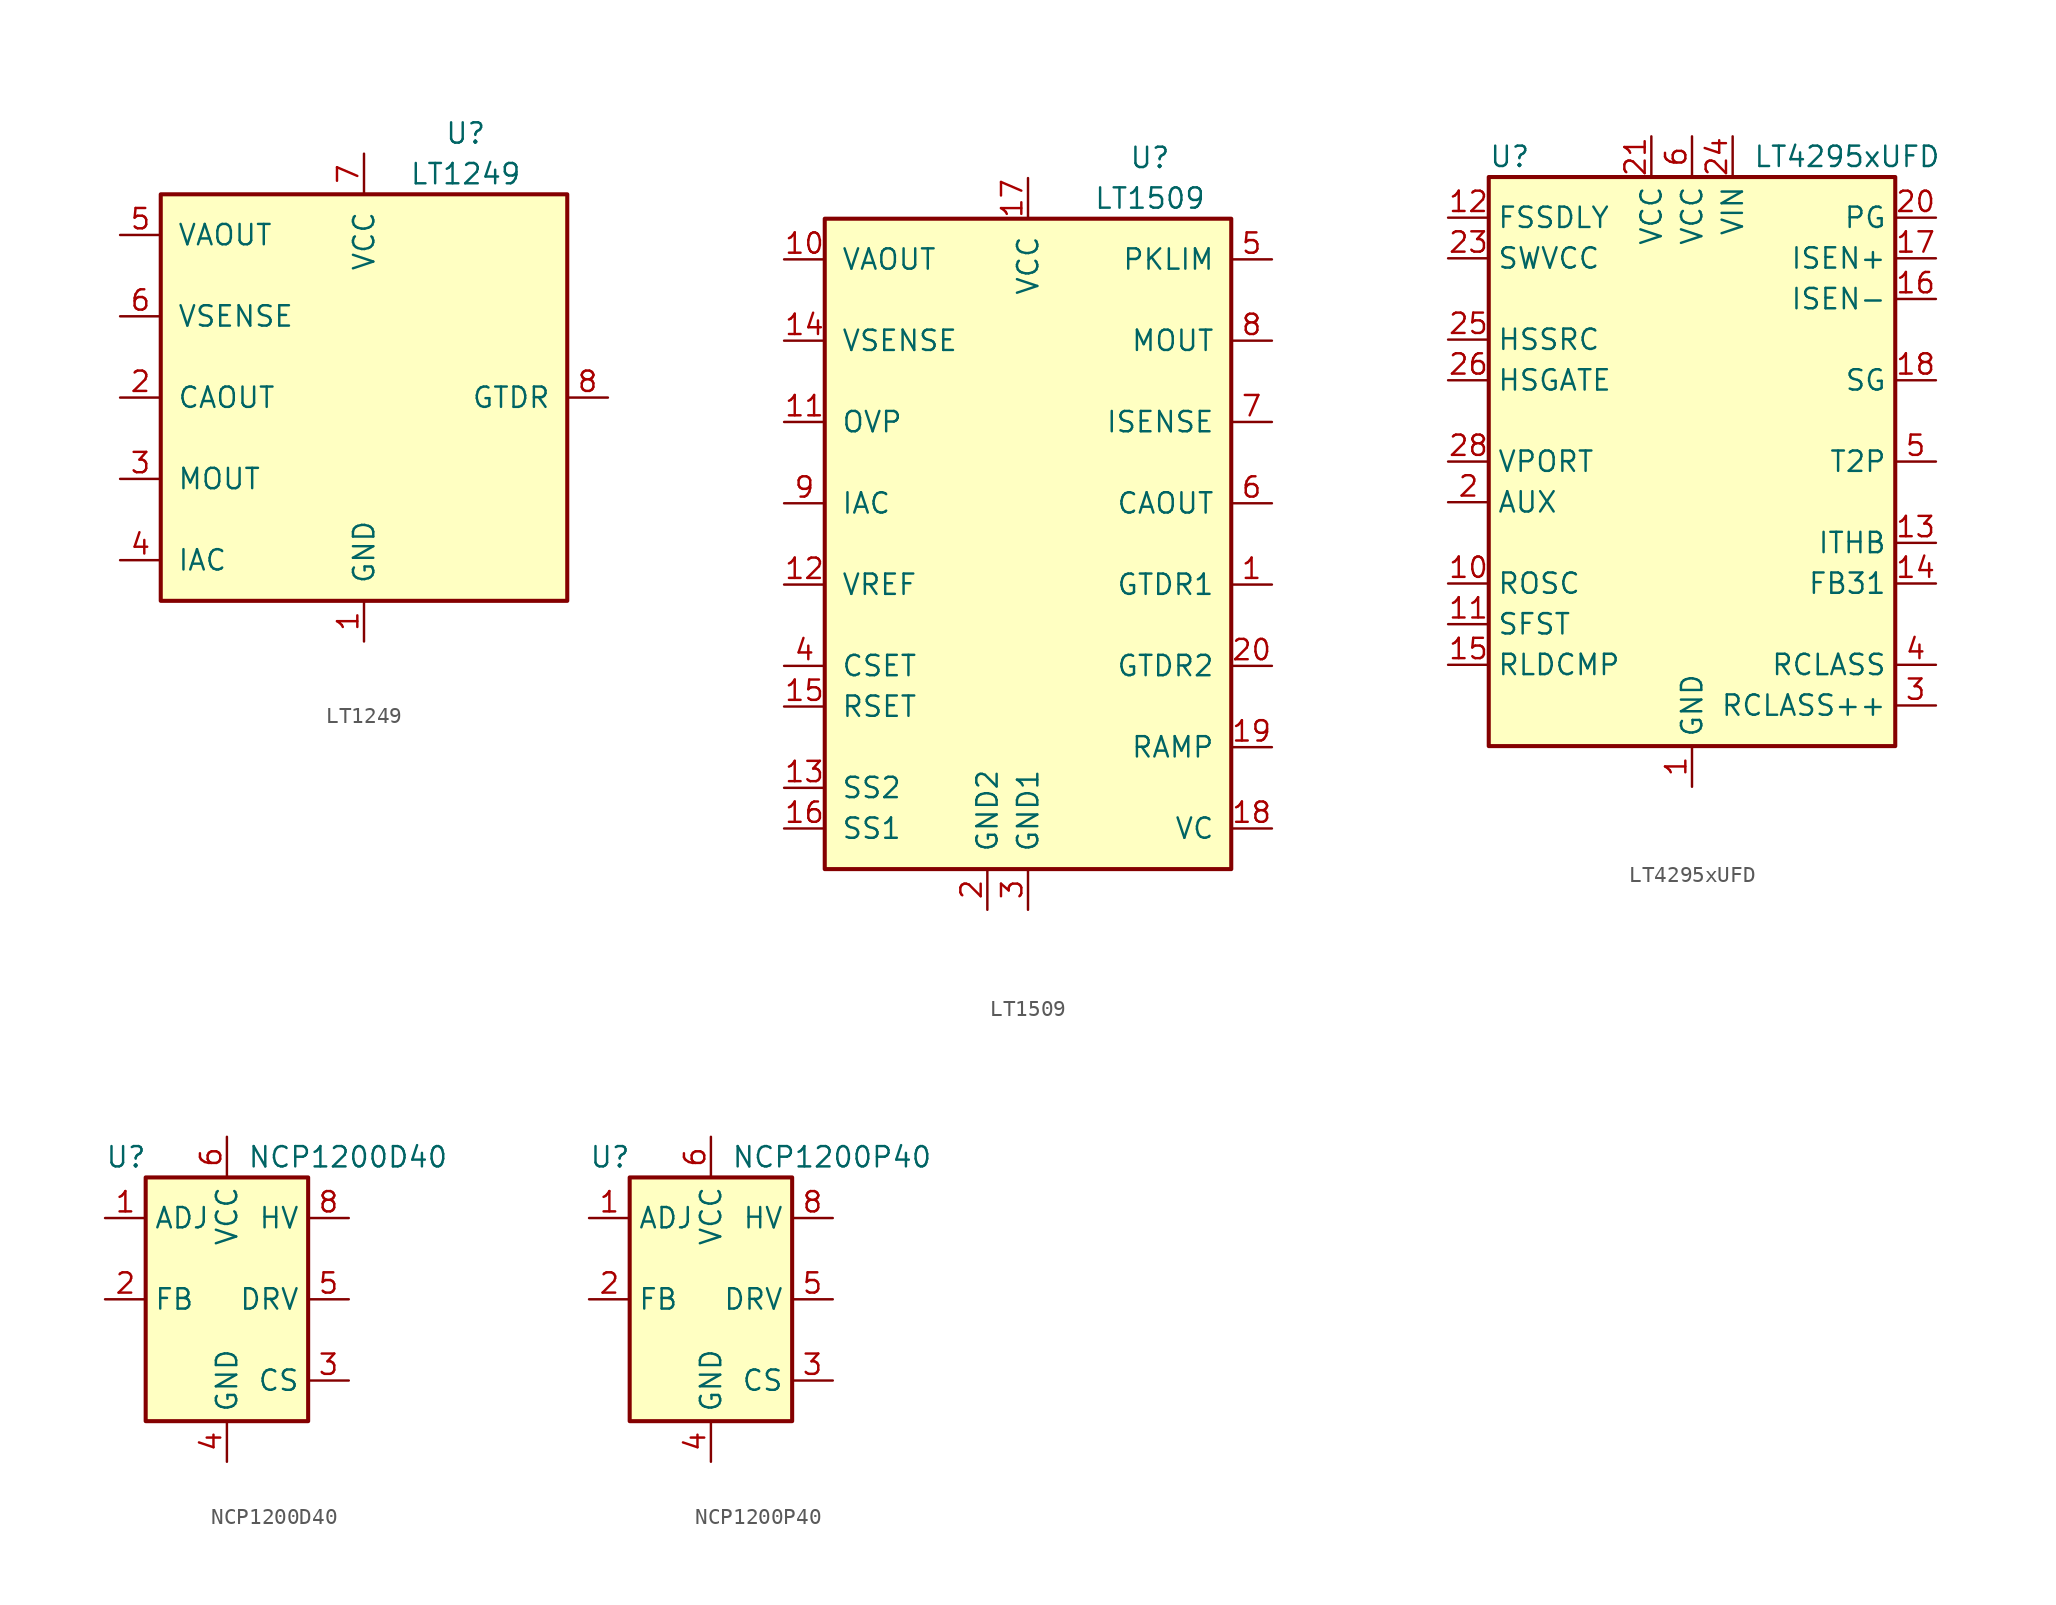
<source format=kicad_sym>
(kicad_symbol_lib
  (version 20200908)
  (generator kicad_symbol_editor)
  (symbol "Regulator_Controller:LT1249"
    (pin_names
      (offset 1.016))
    (property "Reference" "U"
      (at 6.35 16.51 0)
      (effects (font (size 1.27 1.27))))
    (property "Value" "LT1249"
      (at 6.35 13.97 0)
      (effects (font (size 1.27 1.27))))
    (symbol "LT1249_0_1"
      (rectangle (start -12.7 12.7) (end 12.7 -12.7) (stroke (width 0.254)) (fill (type background))))
    (symbol "LT1249_1_1"
      (pin power_in line (at 0 -15.24 90) (length 2.54) (name "GND" (effects (font (size 1.27 1.27)))) (number "1" (effects (font (size 1.27 1.27)))))
      (pin output line (at -15.24 0 0) (length 2.54) (name "CAOUT" (effects (font (size 1.27 1.27)))) (number "2" (effects (font (size 1.27 1.27)))))
      (pin input line (at -15.24 -5.08 0) (length 2.54) (name "MOUT" (effects (font (size 1.27 1.27)))) (number "3" (effects (font (size 1.27 1.27)))))
      (pin input line (at -15.24 -10.16 0) (length 2.54) (name "IAC" (effects (font (size 1.27 1.27)))) (number "4" (effects (font (size 1.27 1.27)))))
      (pin output line (at -15.24 10.16 0) (length 2.54) (name "VAOUT" (effects (font (size 1.27 1.27)))) (number "5" (effects (font (size 1.27 1.27)))))
      (pin input line (at -15.24 5.08 0) (length 2.54) (name "VSENSE" (effects (font (size 1.27 1.27)))) (number "6" (effects (font (size 1.27 1.27)))))
      (pin power_in line (at 0 15.24 270) (length 2.54) (name "VCC" (effects (font (size 1.27 1.27)))) (number "7" (effects (font (size 1.27 1.27)))))
      (pin output line (at 15.24 0 180) (length 2.54) (name "GTDR" (effects (font (size 1.27 1.27)))) (number "8" (effects (font (size 1.27 1.27)))))))
  (symbol "Regulator_Controller:LT1509"
    (pin_names
      (offset 1.016))
    (property "Reference" "U"
      (at 7.62 24.13 0)
      (effects (font (size 1.27 1.27))))
    (property "Value" "LT1509"
      (at 7.62 21.59 0)
      (effects (font (size 1.27 1.27))))
    (symbol "LT1509_0_1"
      (rectangle (start -12.7 20.32) (end 12.7 -20.32) (stroke (width 0.254)) (fill (type background))))
    (symbol "LT1509_1_1"
      (pin output line (at 15.24 -2.54 180) (length 2.54) (name "GTDR1" (effects (font (size 1.27 1.27)))) (number "1" (effects (font (size 1.27 1.27)))))
      (pin output line (at -15.24 17.78 0) (length 2.54) (name "VAOUT" (effects (font (size 1.27 1.27)))) (number "10" (effects (font (size 1.27 1.27)))))
      (pin input line (at -15.24 7.62 0) (length 2.54) (name "OVP" (effects (font (size 1.27 1.27)))) (number "11" (effects (font (size 1.27 1.27)))))
      (pin power_out line (at -15.24 -2.54 0) (length 2.54) (name "VREF" (effects (font (size 1.27 1.27)))) (number "12" (effects (font (size 1.27 1.27)))))
      (pin passive line (at -15.24 -15.24 0) (length 2.54) (name "SS2" (effects (font (size 1.27 1.27)))) (number "13" (effects (font (size 1.27 1.27)))))
      (pin input line (at -15.24 12.7 0) (length 2.54) (name "VSENSE" (effects (font (size 1.27 1.27)))) (number "14" (effects (font (size 1.27 1.27)))))
      (pin passive line (at -15.24 -10.16 0) (length 2.54) (name "RSET" (effects (font (size 1.27 1.27)))) (number "15" (effects (font (size 1.27 1.27)))))
      (pin passive line (at -15.24 -17.78 0) (length 2.54) (name "SS1" (effects (font (size 1.27 1.27)))) (number "16" (effects (font (size 1.27 1.27)))))
      (pin power_in line (at 0 22.86 270) (length 2.54) (name "VCC" (effects (font (size 1.27 1.27)))) (number "17" (effects (font (size 1.27 1.27)))))
      (pin input line (at 15.24 -17.78 180) (length 2.54) (name "VC" (effects (font (size 1.27 1.27)))) (number "18" (effects (font (size 1.27 1.27)))))
      (pin input line (at 15.24 -12.7 180) (length 2.54) (name "RAMP" (effects (font (size 1.27 1.27)))) (number "19" (effects (font (size 1.27 1.27)))))
      (pin power_in line (at -2.54 -22.86 90) (length 2.54) (name "GND2" (effects (font (size 1.27 1.27)))) (number "2" (effects (font (size 1.27 1.27)))))
      (pin output line (at 15.24 -7.62 180) (length 2.54) (name "GTDR2" (effects (font (size 1.27 1.27)))) (number "20" (effects (font (size 1.27 1.27)))))
      (pin power_in line (at 0 -22.86 90) (length 2.54) (name "GND1" (effects (font (size 1.27 1.27)))) (number "3" (effects (font (size 1.27 1.27)))))
      (pin passive line (at -15.24 -7.62 0) (length 2.54) (name "CSET" (effects (font (size 1.27 1.27)))) (number "4" (effects (font (size 1.27 1.27)))))
      (pin input line (at 15.24 17.78 180) (length 2.54) (name "PKLIM" (effects (font (size 1.27 1.27)))) (number "5" (effects (font (size 1.27 1.27)))))
      (pin output line (at 15.24 2.54 180) (length 2.54) (name "CAOUT" (effects (font (size 1.27 1.27)))) (number "6" (effects (font (size 1.27 1.27)))))
      (pin input line (at 15.24 7.62 180) (length 2.54) (name "ISENSE" (effects (font (size 1.27 1.27)))) (number "7" (effects (font (size 1.27 1.27)))))
      (pin input line (at 15.24 12.7 180) (length 2.54) (name "MOUT" (effects (font (size 1.27 1.27)))) (number "8" (effects (font (size 1.27 1.27)))))
      (pin input line (at -15.24 2.54 0) (length 2.54) (name "IAC" (effects (font (size 1.27 1.27)))) (number "9" (effects (font (size 1.27 1.27)))))))
  (symbol "Regulator_Controller:LT4295xUFD"
    (property "Reference" "U"
      (at -12.7 19.05 0)
      (effects (font (size 1.27 1.27)) (justify left)))
    (property "Value" "LT4295xUFD"
      (at 3.81 19.05 0)
      (effects (font (size 1.27 1.27)) (justify left)))
    (symbol "LT4295xUFD_0_1"
      (rectangle (start -12.7 17.78) (end 12.7 -17.78) (stroke (width 0.254)) (fill (type background))))
    (symbol "LT4295xUFD_1_1"
      (pin power_in line (at 0 -20.32 90) (length 2.54) (name "GND" (effects (font (size 1.27 1.27)))) (number "1" (effects (font (size 1.27 1.27)))))
      (pin passive line (at -15.24 -7.62 0) (length 2.54) (name "ROSC" (effects (font (size 1.27 1.27)))) (number "10" (effects (font (size 1.27 1.27)))))
      (pin passive line (at -15.24 -10.16 0) (length 2.54) (name "SFST" (effects (font (size 1.27 1.27)))) (number "11" (effects (font (size 1.27 1.27)))))
      (pin input line (at -15.24 15.24 0) (length 2.54) (name "FSSDLY" (effects (font (size 1.27 1.27)))) (number "12" (effects (font (size 1.27 1.27)))))
      (pin input line (at 15.24 -5.08 180) (length 2.54) (name "ITHB" (effects (font (size 1.27 1.27)))) (number "13" (effects (font (size 1.27 1.27)))))
      (pin passive line (at 15.24 -7.62 180) (length 2.54) (name "FB31" (effects (font (size 1.27 1.27)))) (number "14" (effects (font (size 1.27 1.27)))))
      (pin passive line (at -15.24 -12.7 0) (length 2.54) (name "RLDCMP" (effects (font (size 1.27 1.27)))) (number "15" (effects (font (size 1.27 1.27)))))
      (pin passive line (at 15.24 10.16 180) (length 2.54) (name "ISEN-" (effects (font (size 1.27 1.27)))) (number "16" (effects (font (size 1.27 1.27)))))
      (pin passive line (at 15.24 12.7 180) (length 2.54) (name "ISEN+" (effects (font (size 1.27 1.27)))) (number "17" (effects (font (size 1.27 1.27)))))
      (pin output line (at 15.24 5.08 180) (length 2.54) (name "SG" (effects (font (size 1.27 1.27)))) (number "18" (effects (font (size 1.27 1.27)))))
      (pin passive line (at 0 -20.32 90) (length 2.54) hide (name "GND" (effects (font (size 1.27 1.27)))) (number "19" (effects (font (size 1.27 1.27)))))
      (pin input line (at -15.24 -2.54 0) (length 2.54) (name "AUX" (effects (font (size 1.27 1.27)))) (number "2" (effects (font (size 1.27 1.27)))))
      (pin output line (at 15.24 15.24 180) (length 2.54) (name "PG" (effects (font (size 1.27 1.27)))) (number "20" (effects (font (size 1.27 1.27)))))
      (pin power_in line (at -2.54 20.32 270) (length 2.54) (name "VCC" (effects (font (size 1.27 1.27)))) (number "21" (effects (font (size 1.27 1.27)))))
      (pin unconnected line (at -12.7 -15.24 0) (length 2.54) hide (name "DNC" (effects (font (size 1.27 1.27)))) (number "22" (effects (font (size 1.27 1.27)))))
      (pin output line (at -15.24 12.7 0) (length 2.54) (name "SWVCC" (effects (font (size 1.27 1.27)))) (number "23" (effects (font (size 1.27 1.27)))))
      (pin power_in line (at 2.54 20.32 270) (length 2.54) (name "VIN" (effects (font (size 1.27 1.27)))) (number "24" (effects (font (size 1.27 1.27)))))
      (pin input line (at -15.24 7.62 0) (length 2.54) (name "HSSRC" (effects (font (size 1.27 1.27)))) (number "25" (effects (font (size 1.27 1.27)))))
      (pin output line (at -15.24 5.08 0) (length 2.54) (name "HSGATE" (effects (font (size 1.27 1.27)))) (number "26" (effects (font (size 1.27 1.27)))))
      (pin unconnected line (at -12.7 -17.78 0) (length 2.54) hide (name "NC" (effects (font (size 1.27 1.27)))) (number "27" (effects (font (size 1.27 1.27)))))
      (pin input line (at -15.24 0 0) (length 2.54) (name "VPORT" (effects (font (size 1.27 1.27)))) (number "28" (effects (font (size 1.27 1.27)))))
      (pin passive line (at 0 -20.32 90) (length 2.54) hide (name "GND" (effects (font (size 1.27 1.27)))) (number "29" (effects (font (size 1.27 1.27)))))
      (pin passive line (at 15.24 -15.24 180) (length 2.54) (name "RCLASS++" (effects (font (size 1.27 1.27)))) (number "3" (effects (font (size 1.27 1.27)))))
      (pin passive line (at 15.24 -12.7 180) (length 2.54) (name "RCLASS" (effects (font (size 1.27 1.27)))) (number "4" (effects (font (size 1.27 1.27)))))
      (pin open_collector line (at 15.24 0 180) (length 2.54) (name "T2P" (effects (font (size 1.27 1.27)))) (number "5" (effects (font (size 1.27 1.27)))))
      (pin power_in line (at 0 20.32 270) (length 2.54) (name "VCC" (effects (font (size 1.27 1.27)))) (number "6" (effects (font (size 1.27 1.27)))))
      (pin passive line (at 0 20.32 270) (length 2.54) hide (name "VCC" (effects (font (size 1.27 1.27)))) (number "7" (effects (font (size 1.27 1.27)))))
      (pin passive line (at 0 20.32 270) (length 2.54) hide (name "VCC" (effects (font (size 1.27 1.27)))) (number "8" (effects (font (size 1.27 1.27)))))
      (pin passive line (at 0 20.32 270) (length 2.54) hide (name "VCC" (effects (font (size 1.27 1.27)))) (number "9" (effects (font (size 1.27 1.27)))))))
  (symbol "Regulator_Controller:NCP1200D40"
    (property "Reference" "U"
      (at -7.62 8.89 0)
      (effects (font (size 1.27 1.27)) (justify left)))
    (property "Value" "NCP1200D40"
      (at 1.27 8.89 0)
      (effects (font (size 1.27 1.27)) (justify left)))
    (symbol "NCP1200D40_0_0"
      (rectangle (start -5.08 7.62) (end 5.08 -7.62) (stroke (width 0.254)) (fill (type background))))
    (symbol "NCP1200D40_1_1"
      (pin input line (at -7.62 5.08 0) (length 2.54) (name "ADJ" (effects (font (size 1.27 1.27)))) (number "1" (effects (font (size 1.27 1.27)))))
      (pin input line (at -7.62 0 0) (length 2.54) (name "FB" (effects (font (size 1.27 1.27)))) (number "2" (effects (font (size 1.27 1.27)))))
      (pin input line (at 7.62 -5.08 180) (length 2.54) (name "CS" (effects (font (size 1.27 1.27)))) (number "3" (effects (font (size 1.27 1.27)))))
      (pin power_in line (at 0 -10.16 90) (length 2.54) (name "GND" (effects (font (size 1.27 1.27)))) (number "4" (effects (font (size 1.27 1.27)))))
      (pin output line (at 7.62 0 180) (length 2.54) (name "DRV" (effects (font (size 1.27 1.27)))) (number "5" (effects (font (size 1.27 1.27)))))
      (pin power_in line (at 0 10.16 270) (length 2.54) (name "VCC" (effects (font (size 1.27 1.27)))) (number "6" (effects (font (size 1.27 1.27)))))
      (pin unconnected line (at -5.08 2.54 0) (length 2.54) hide (name "NC" (effects (font (size 1.27 1.27)))) (number "7" (effects (font (size 1.27 1.27)))))
      (pin input line (at 7.62 5.08 180) (length 2.54) (name "HV" (effects (font (size 1.27 1.27)))) (number "8" (effects (font (size 1.27 1.27)))))))
  (symbol "Regulator_Controller:NCP1200P40"
    (property "Reference" "U"
      (at -7.62 8.89 0)
      (effects (font (size 1.27 1.27)) (justify left)))
    (property "Value" "NCP1200P40"
      (at 1.27 8.89 0)
      (effects (font (size 1.27 1.27)) (justify left)))
    (symbol "NCP1200P40_0_0"
      (rectangle (start -5.08 7.62) (end 5.08 -7.62) (stroke (width 0.254)) (fill (type background))))
    (symbol "NCP1200P40_1_1"
      (pin input line (at -7.62 5.08 0) (length 2.54) (name "ADJ" (effects (font (size 1.27 1.27)))) (number "1" (effects (font (size 1.27 1.27)))))
      (pin input line (at -7.62 0 0) (length 2.54) (name "FB" (effects (font (size 1.27 1.27)))) (number "2" (effects (font (size 1.27 1.27)))))
      (pin input line (at 7.62 -5.08 180) (length 2.54) (name "CS" (effects (font (size 1.27 1.27)))) (number "3" (effects (font (size 1.27 1.27)))))
      (pin power_in line (at 0 -10.16 90) (length 2.54) (name "GND" (effects (font (size 1.27 1.27)))) (number "4" (effects (font (size 1.27 1.27)))))
      (pin output line (at 7.62 0 180) (length 2.54) (name "DRV" (effects (font (size 1.27 1.27)))) (number "5" (effects (font (size 1.27 1.27)))))
      (pin power_in line (at 0 10.16 270) (length 2.54) (name "VCC" (effects (font (size 1.27 1.27)))) (number "6" (effects (font (size 1.27 1.27)))))
      (pin unconnected line (at -5.08 2.54 0) (length 2.54) hide (name "NC" (effects (font (size 1.27 1.27)))) (number "7" (effects (font (size 1.27 1.27)))))
      (pin input line (at 7.62 5.08 180) (length 2.54) (name "HV" (effects (font (size 1.27 1.27)))) (number "8" (effects (font (size 1.27 1.27))))))))
</source>
